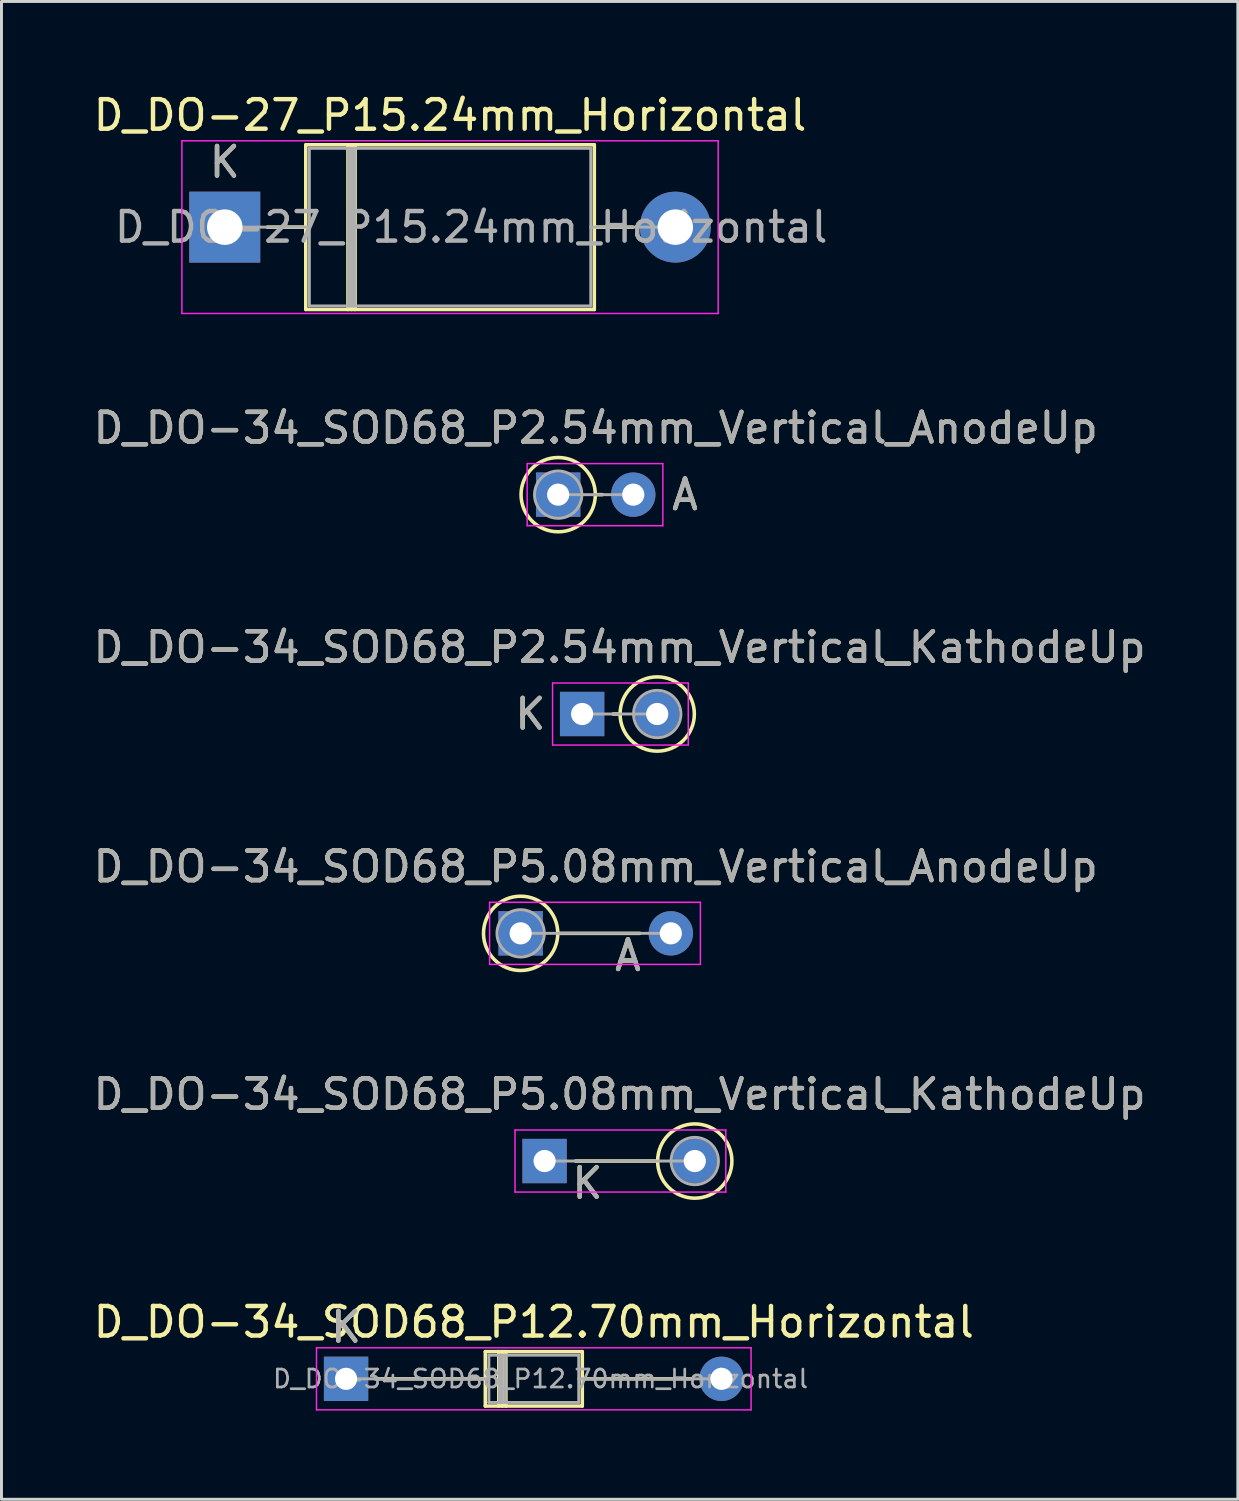
<source format=kicad_pcb>
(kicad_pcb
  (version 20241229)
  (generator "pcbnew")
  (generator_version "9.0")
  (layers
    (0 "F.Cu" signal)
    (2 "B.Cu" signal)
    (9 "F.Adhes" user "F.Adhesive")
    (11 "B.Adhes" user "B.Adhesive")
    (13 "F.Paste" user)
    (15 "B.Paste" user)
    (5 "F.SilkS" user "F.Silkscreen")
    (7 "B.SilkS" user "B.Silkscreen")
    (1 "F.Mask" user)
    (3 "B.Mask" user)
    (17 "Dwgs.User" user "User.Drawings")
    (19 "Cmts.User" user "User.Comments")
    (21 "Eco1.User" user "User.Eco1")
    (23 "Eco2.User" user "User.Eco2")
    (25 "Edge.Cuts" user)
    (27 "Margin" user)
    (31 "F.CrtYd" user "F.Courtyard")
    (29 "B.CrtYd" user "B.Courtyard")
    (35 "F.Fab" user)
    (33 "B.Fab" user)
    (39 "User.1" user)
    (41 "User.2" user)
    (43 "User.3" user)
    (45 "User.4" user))
  (footprint "D_DO-27_P15.24mm_Horizontal"
    (layer "F.Cu")
    (at 4.553 4.633)
    (property "Reference" "D_DO-27_P15.24mm_Horizontal" (at 7.62 -3.785 0) (layer "F.SilkS") (effects (font (size 1 1) (thickness 0.15))))
    (attr through_hole)
    (fp_line (start 1.44 0) (end 2.74 0) (stroke (width 0.12) (type solid)) (layer "F.SilkS"))
    (fp_line (start 2.74 -2.785) (end 2.74 2.785) (stroke (width 0.12) (type solid)) (layer "F.SilkS"))
    (fp_line (start 2.74 2.785) (end 12.5 2.785) (stroke (width 0.12) (type solid)) (layer "F.SilkS"))
    (fp_line (start 4.168 -2.785) (end 4.168 2.785) (stroke (width 0.12) (type solid)) (layer "F.SilkS"))
    (fp_line (start 4.288 -2.785) (end 4.288 2.785) (stroke (width 0.12) (type solid)) (layer "F.SilkS"))
    (fp_line (start 4.408 -2.785) (end 4.408 2.785) (stroke (width 0.12) (type solid)) (layer "F.SilkS"))
    (fp_line (start 12.5 -2.785) (end 2.74 -2.785) (stroke (width 0.12) (type solid)) (layer "F.SilkS"))
    (fp_line (start 12.5 2.785) (end 12.5 -2.785) (stroke (width 0.12) (type solid)) (layer "F.SilkS"))
    (fp_line (start 13.8 0) (end 12.5 0) (stroke (width 0.12) (type solid)) (layer "F.SilkS"))
    (fp_line (start -1.45 -2.92) (end -1.45 2.92) (stroke (width 0.05) (type solid)) (layer "F.CrtYd"))
    (fp_line (start -1.45 2.92) (end 16.69 2.92) (stroke (width 0.05) (type solid)) (layer "F.CrtYd"))
    (fp_line (start 16.69 -2.92) (end -1.45 -2.92) (stroke (width 0.05) (type solid)) (layer "F.CrtYd"))
    (fp_line (start 16.69 2.92) (end 16.69 -2.92) (stroke (width 0.05) (type solid)) (layer "F.CrtYd"))
    (fp_line (start 0 0) (end 2.86 0) (stroke (width 0.1) (type solid)) (layer "F.Fab"))
    (fp_line (start 2.86 -2.665) (end 2.86 2.665) (stroke (width 0.1) (type solid)) (layer "F.Fab"))
    (fp_line (start 2.86 2.665) (end 12.38 2.665) (stroke (width 0.1) (type solid)) (layer "F.Fab"))
    (fp_line (start 4.188 -2.665) (end 4.188 2.665) (stroke (width 0.1) (type solid)) (layer "F.Fab"))
    (fp_line (start 4.288 -2.665) (end 4.288 2.665) (stroke (width 0.1) (type solid)) (layer "F.Fab"))
    (fp_line (start 4.388 -2.665) (end 4.388 2.665) (stroke (width 0.1) (type solid)) (layer "F.Fab"))
    (fp_line (start 12.38 -2.665) (end 2.86 -2.665) (stroke (width 0.1) (type solid)) (layer "F.Fab"))
    (fp_line (start 12.38 2.665) (end 12.38 -2.665) (stroke (width 0.1) (type solid)) (layer "F.Fab"))
    (fp_line (start 15.24 0) (end 12.38 0) (stroke (width 0.1) (type solid)) (layer "F.Fab"))
    (fp_text user "K" (at 0 -2.2 0) (layer "F.SilkS") (effects (font (size 1 1) (thickness 0.15))))
    (fp_text user "${REFERENCE}" (at 8.334 0 0) (layer "F.Fab") (effects (font (size 1 1) (thickness 0.15))))
    (fp_text user "K" (at 0 -2.2 0) (layer "F.Fab") (effects (font (size 1 1) (thickness 0.15))))
    (pad "1" thru_hole rect (at 0 0) (size 2.4 2.4) (drill 1.2) (layers "*.Cu" "*.Mask"))
    (pad "2" thru_hole oval (at 15.24 0) (size 2.4 2.4) (drill 1.2) (layers "*.Cu" "*.Mask")))
  (footprint "D_DO-34_SOD68_P2.54mm_Vertical_KathodeUp"
    (layer "F.Cu")
    (at 16.641 21.102)
    (property "Reference" "D_DO-34_SOD68_P2.54mm_Vertical_KathodeUp" (at 1.27 -2.256 0) (layer "F.SilkS") (effects (font (size 1 1) (thickness 0.15))))
    (attr through_hole)
    (fp_line (start 1.284 0) (end 1.05 0) (stroke (width 0.12) (type solid)) (layer "F.SilkS"))
    (fp_circle (center 2.54 0) (end 3.796 0) (stroke (width 0.12) (type solid)) (fill no) (layer "F.SilkS"))
    (fp_line (start -1 -1.05) (end -1 1.05) (stroke (width 0.05) (type solid)) (layer "F.CrtYd"))
    (fp_line (start -1 1.05) (end 3.59 1.05) (stroke (width 0.05) (type solid)) (layer "F.CrtYd"))
    (fp_line (start 3.59 -1.05) (end -1 -1.05) (stroke (width 0.05) (type solid)) (layer "F.CrtYd"))
    (fp_line (start 3.59 1.05) (end 3.59 -1.05) (stroke (width 0.05) (type solid)) (layer "F.CrtYd"))
    (fp_line (start 0 0) (end 2.54 0) (stroke (width 0.1) (type solid)) (layer "F.Fab"))
    (fp_circle (center 2.54 0) (end 3.34 0) (stroke (width 0.1) (type solid)) (fill no) (layer "F.Fab"))
    (fp_text user "K" (at -1.75 0 0) (layer "F.SilkS") (effects (font (size 1 1) (thickness 0.15))))
    (fp_text user "K" (at -1.75 0 0) (layer "F.Fab") (effects (font (size 1 1) (thickness 0.15))))
    (fp_text user "${REFERENCE}" (at 1.27 -2.256 0) (layer "F.Fab") (effects (font (size 1 1) (thickness 0.15))))
    (pad "1" thru_hole rect (at 0 0) (size 1.5 1.5) (drill 0.75) (layers "*.Cu" "*.Mask"))
    (pad "2" thru_hole oval (at 2.54 0) (size 1.5 1.5) (drill 0.75) (layers "*.Cu" "*.Mask")))
  (footprint "D_DO-34_SOD68_P12.70mm_Horizontal"
    (layer "F.Cu")
    (at 8.656 43.59)
    (property "Reference" "D_DO-34_SOD68_P12.70mm_Horizontal" (at 6.35 -1.92 0) (layer "F.SilkS") (effects (font (size 1 1) (thickness 0.15))))
    (attr through_hole)
    (fp_line (start 0.99 0) (end 4.71 0) (stroke (width 0.12) (type solid)) (layer "F.SilkS"))
    (fp_line (start 4.71 -0.92) (end 4.71 0.92) (stroke (width 0.12) (type solid)) (layer "F.SilkS"))
    (fp_line (start 4.71 0.92) (end 7.99 0.92) (stroke (width 0.12) (type solid)) (layer "F.SilkS"))
    (fp_line (start 5.166 -0.92) (end 5.166 0.92) (stroke (width 0.12) (type solid)) (layer "F.SilkS"))
    (fp_line (start 5.286 -0.92) (end 5.286 0.92) (stroke (width 0.12) (type solid)) (layer "F.SilkS"))
    (fp_line (start 5.406 -0.92) (end 5.406 0.92) (stroke (width 0.12) (type solid)) (layer "F.SilkS"))
    (fp_line (start 7.99 -0.92) (end 4.71 -0.92) (stroke (width 0.12) (type solid)) (layer "F.SilkS"))
    (fp_line (start 7.99 0.92) (end 7.99 -0.92) (stroke (width 0.12) (type solid)) (layer "F.SilkS"))
    (fp_line (start 11.71 0) (end 7.99 0) (stroke (width 0.12) (type solid)) (layer "F.SilkS"))
    (fp_line (start -1 -1.05) (end -1 1.05) (stroke (width 0.05) (type solid)) (layer "F.CrtYd"))
    (fp_line (start -1 1.05) (end 13.7 1.05) (stroke (width 0.05) (type solid)) (layer "F.CrtYd"))
    (fp_line (start 13.7 -1.05) (end -1 -1.05) (stroke (width 0.05) (type solid)) (layer "F.CrtYd"))
    (fp_line (start 13.7 1.05) (end 13.7 -1.05) (stroke (width 0.05) (type solid)) (layer "F.CrtYd"))
    (fp_line (start 0 0) (end 4.83 0) (stroke (width 0.1) (type solid)) (layer "F.Fab"))
    (fp_line (start 4.83 -0.8) (end 4.83 0.8) (stroke (width 0.1) (type solid)) (layer "F.Fab"))
    (fp_line (start 4.83 0.8) (end 7.87 0.8) (stroke (width 0.1) (type solid)) (layer "F.Fab"))
    (fp_line (start 5.186 -0.8) (end 5.186 0.8) (stroke (width 0.1) (type solid)) (layer "F.Fab"))
    (fp_line (start 5.286 -0.8) (end 5.286 0.8) (stroke (width 0.1) (type solid)) (layer "F.Fab"))
    (fp_line (start 5.386 -0.8) (end 5.386 0.8) (stroke (width 0.1) (type solid)) (layer "F.Fab"))
    (fp_line (start 7.87 -0.8) (end 4.83 -0.8) (stroke (width 0.1) (type solid)) (layer "F.Fab"))
    (fp_line (start 7.87 0.8) (end 7.87 -0.8) (stroke (width 0.1) (type solid)) (layer "F.Fab"))
    (fp_line (start 12.7 0) (end 7.87 0) (stroke (width 0.1) (type solid)) (layer "F.Fab"))
    (fp_text user "K" (at 0 -1.75 0) (layer "F.SilkS") (effects (font (size 1 1) (thickness 0.15))))
    (fp_text user "${REFERENCE}" (at 6.578 0 0) (layer "F.Fab") (effects (font (size 0.608 0.608) (thickness 0.091))))
    (fp_text user "K" (at 0 -1.75 0) (layer "F.Fab") (effects (font (size 1 1) (thickness 0.15))))
    (pad "1" thru_hole rect (at 0 0) (size 1.5 1.5) (drill 0.75) (layers "*.Cu" "*.Mask"))
    (pad "2" thru_hole oval (at 12.7 0) (size 1.5 1.5) (drill 0.75) (layers "*.Cu" "*.Mask")))
  (footprint "D_DO-34_SOD68_P2.54mm_Vertical_AnodeUp"
    (layer "F.Cu")
    (at 15.831 13.682)
    (property "Reference" "D_DO-34_SOD68_P2.54mm_Vertical_AnodeUp" (at 1.27 -2.256 0) (layer "F.SilkS") (effects (font (size 1 1) (thickness 0.15))))
    (attr through_hole)
    (fp_line (start 1.256 0) (end 1.49 0) (stroke (width 0.12) (type solid)) (layer "F.SilkS"))
    (fp_circle (center 0 0) (end 1.256 0) (stroke (width 0.12) (type solid)) (fill no) (layer "F.SilkS"))
    (fp_line (start -1.05 -1.05) (end -1.05 1.05) (stroke (width 0.05) (type solid)) (layer "F.CrtYd"))
    (fp_line (start -1.05 1.05) (end 3.54 1.05) (stroke (width 0.05) (type solid)) (layer "F.CrtYd"))
    (fp_line (start 3.54 -1.05) (end -1.05 -1.05) (stroke (width 0.05) (type solid)) (layer "F.CrtYd"))
    (fp_line (start 3.54 1.05) (end 3.54 -1.05) (stroke (width 0.05) (type solid)) (layer "F.CrtYd"))
    (fp_line (start 0 0) (end 2.54 0) (stroke (width 0.1) (type solid)) (layer "F.Fab"))
    (fp_circle (center 0 0) (end 0.8 0) (stroke (width 0.1) (type solid)) (fill no) (layer "F.Fab"))
    (fp_text user "A" (at 4.29 0 0) (layer "F.SilkS") (effects (font (size 1 1) (thickness 0.15))))
    (fp_text user "A" (at 4.29 0 0) (layer "F.Fab") (effects (font (size 1 1) (thickness 0.15))))
    (fp_text user "${REFERENCE}" (at 1.27 -2.256 0) (layer "F.Fab") (effects (font (size 1 1) (thickness 0.15))))
    (pad "1" thru_hole rect (at 0 0) (size 1.5 1.5) (drill 0.75) (layers "*.Cu" "*.Mask"))
    (pad "2" thru_hole oval (at 2.54 0) (size 1.5 1.5) (drill 0.75) (layers "*.Cu" "*.Mask")))
  (footprint "D_DO-34_SOD68_P5.08mm_Vertical_AnodeUp"
    (layer "F.Cu")
    (at 14.561 28.521)
    (property "Reference" "D_DO-34_SOD68_P5.08mm_Vertical_AnodeUp" (at 2.54 -2.256 0) (layer "F.SilkS") (effects (font (size 1 1) (thickness 0.15))))
    (attr through_hole)
    (fp_line (start 1.256 0) (end 4.03 0) (stroke (width 0.12) (type solid)) (layer "F.SilkS"))
    (fp_circle (center 0 0) (end 1.256 0) (stroke (width 0.12) (type solid)) (fill no) (layer "F.SilkS"))
    (fp_line (start -1.05 -1.05) (end -1.05 1.05) (stroke (width 0.05) (type solid)) (layer "F.CrtYd"))
    (fp_line (start -1.05 1.05) (end 6.08 1.05) (stroke (width 0.05) (type solid)) (layer "F.CrtYd"))
    (fp_line (start 6.08 -1.05) (end -1.05 -1.05) (stroke (width 0.05) (type solid)) (layer "F.CrtYd"))
    (fp_line (start 6.08 1.05) (end 6.08 -1.05) (stroke (width 0.05) (type solid)) (layer "F.CrtYd"))
    (fp_line (start 0 0) (end 5.08 0) (stroke (width 0.1) (type solid)) (layer "F.Fab"))
    (fp_circle (center 0 0) (end 0.8 0) (stroke (width 0.1) (type solid)) (fill no) (layer "F.Fab"))
    (fp_text user "A" (at 3.63 0.75 0) (layer "F.SilkS") (effects (font (size 1 1) (thickness 0.15))))
    (fp_text user "${REFERENCE}" (at 2.54 -2.256 0) (layer "F.Fab") (effects (font (size 1 1) (thickness 0.15))))
    (fp_text user "A" (at 3.63 0.75 0) (layer "F.Fab") (effects (font (size 1 1) (thickness 0.15))))
    (pad "1" thru_hole rect (at 0 0) (size 1.5 1.5) (drill 0.75) (layers "*.Cu" "*.Mask"))
    (pad "2" thru_hole oval (at 5.08 0) (size 1.5 1.5) (drill 0.75) (layers "*.Cu" "*.Mask")))
  (footprint "D_DO-34_SOD68_P5.08mm_Vertical_KathodeUp"
    (layer "F.Cu")
    (at 15.371 36.223)
    (property "Reference" "D_DO-34_SOD68_P5.08mm_Vertical_KathodeUp" (at 2.54 -2.256 0) (layer "F.SilkS") (effects (font (size 1 1) (thickness 0.15))))
    (attr through_hole)
    (fp_line (start 3.824 0) (end 1.05 0) (stroke (width 0.12) (type solid)) (layer "F.SilkS"))
    (fp_circle (center 5.08 0) (end 6.336 0) (stroke (width 0.12) (type solid)) (fill no) (layer "F.SilkS"))
    (fp_line (start -1 -1.05) (end -1 1.05) (stroke (width 0.05) (type solid)) (layer "F.CrtYd"))
    (fp_line (start -1 1.05) (end 6.13 1.05) (stroke (width 0.05) (type solid)) (layer "F.CrtYd"))
    (fp_line (start 6.13 -1.05) (end -1 -1.05) (stroke (width 0.05) (type solid)) (layer "F.CrtYd"))
    (fp_line (start 6.13 1.05) (end 6.13 -1.05) (stroke (width 0.05) (type solid)) (layer "F.CrtYd"))
    (fp_line (start 0 0) (end 5.08 0) (stroke (width 0.1) (type solid)) (layer "F.Fab"))
    (fp_circle (center 5.08 0) (end 5.88 0) (stroke (width 0.1) (type solid)) (fill no) (layer "F.Fab"))
    (fp_text user "K" (at 1.45 0.75 0) (layer "F.SilkS") (effects (font (size 1 1) (thickness 0.15))))
    (fp_text user "${REFERENCE}" (at 2.54 -2.256 0) (layer "F.Fab") (effects (font (size 1 1) (thickness 0.15))))
    (fp_text user "K" (at 1.45 0.75 0) (layer "F.Fab") (effects (font (size 1 1) (thickness 0.15))))
    (pad "1" thru_hole rect (at 0 0) (size 1.5 1.5) (drill 0.75) (layers "*.Cu" "*.Mask"))
    (pad "2" thru_hole oval (at 5.08 0) (size 1.5 1.5) (drill 0.75) (layers "*.Cu" "*.Mask")))
  (gr_rect
    (start -3 -3)
    (end 38.821 47.665)
    (stroke (width 0.1) (type default))
    (fill no)
    (layer "Edge.Cuts")))
</source>
